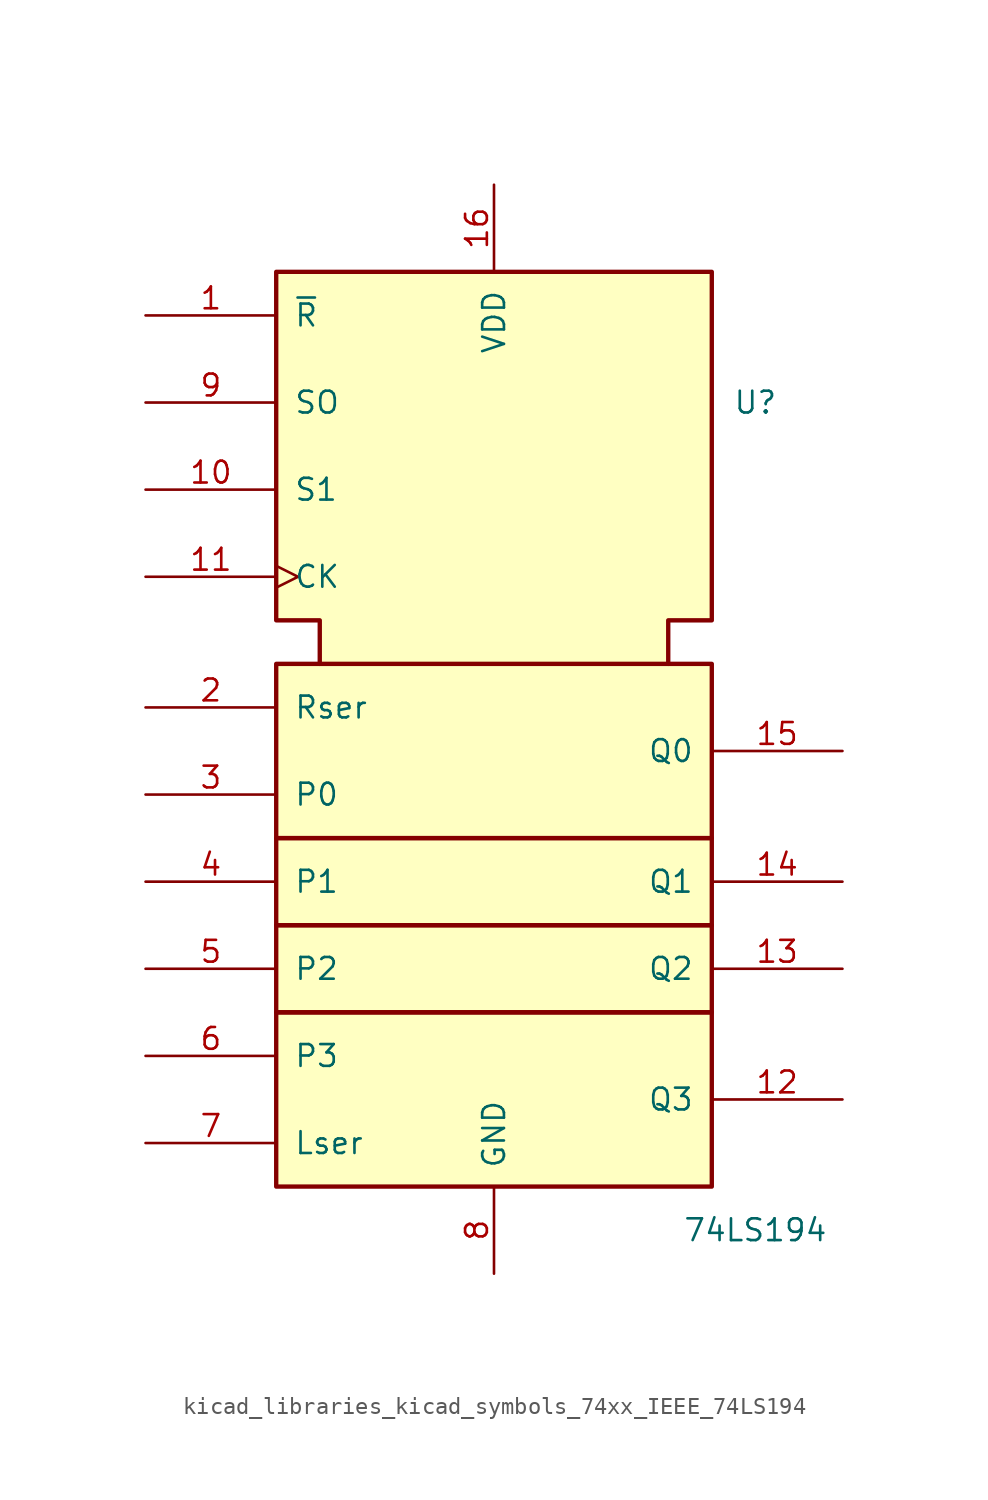
<source format=kicad_sym>
(kicad_symbol_lib
  (version 20220914)
  (generator kicad_symbol_editor)
  (symbol "kicad_libraries_kicad_symbols_74xx_IEEE_74LS194"
    (pin_names
      (offset 1.016))
    (property "Reference" "U"
      (at 15.24 17.78 0)
      (effects (font (size 1.27 1.27))))
    (property "Value" "74LS194"
      (at 15.24 -30.48 0)
      (effects (font (size 1.27 1.27))))
    (symbol "kicad_libraries_kicad_symbols_74xx_IEEE_74LS194_0_0"
      (rectangle (start -12.7 -17.78) (end 12.7 -27.94) (stroke (width 0.254) (type default)) (fill (type background)))
      (polyline (pts (xy -10.16 2.54) (xy -10.16 5.08) (xy -12.7 5.08) (xy -12.7 25.4) (xy 12.7 25.4) (xy 12.7 5.08) (xy 10.16 5.08) (xy 10.16 2.54) (xy 10.16 2.54)) (stroke (width 0.254) (type default)) (fill (type background)))
      (pin power_in line (at -20.32 -25.4 0) (length 7.62) (name "Lser" (effects (font (size 1.27 1.27)))) (number "7" (effects (font (size 1.27 1.27)))))
      (pin power_in line (at 0 -33.02 90) (length 5.08) (name "GND" (effects (font (size 1.27 1.27)))) (number "8" (effects (font (size 1.27 1.27))))))
    (symbol "kicad_libraries_kicad_symbols_74xx_IEEE_74LS194_0_1"
      (rectangle (start -12.7 -12.7) (end 12.7 -17.78) (stroke (width 0.254) (type default)) (fill (type background)))
      (rectangle (start -12.7 -7.62) (end 12.7 -12.7) (stroke (width 0.254) (type default)) (fill (type background)))
      (rectangle (start -12.7 2.54) (end 12.7 -7.62) (stroke (width 0.254) (type default)) (fill (type background)))
      (pin power_in line (at 0 30.48 270) (length 5.08) (name "VDD" (effects (font (size 1.27 1.27)))) (number "16" (effects (font (size 1.27 1.27))))))
    (symbol "kicad_libraries_kicad_symbols_74xx_IEEE_74LS194_1_1"
      (pin input line (at -20.32 22.86 0) (length 7.62) (name "~{R}" (effects (font (size 1.27 1.27)))) (number "1" (effects (font (size 1.27 1.27)))))
      (pin input line (at -20.32 12.7 0) (length 7.62) (name "S1" (effects (font (size 1.27 1.27)))) (number "10" (effects (font (size 1.27 1.27)))))
      (pin input clock (at -20.32 7.62 0) (length 7.62) (name "CK" (effects (font (size 1.27 1.27)))) (number "11" (effects (font (size 1.27 1.27)))))
      (pin output line (at 20.32 -22.86 180) (length 7.62) (name "Q3" (effects (font (size 1.27 1.27)))) (number "12" (effects (font (size 1.27 1.27)))))
      (pin output line (at 20.32 -15.24 180) (length 7.62) (name "Q2" (effects (font (size 1.27 1.27)))) (number "13" (effects (font (size 1.27 1.27)))))
      (pin output line (at 20.32 -10.16 180) (length 7.62) (name "Q1" (effects (font (size 1.27 1.27)))) (number "14" (effects (font (size 1.27 1.27)))))
      (pin output line (at 20.32 -2.54 180) (length 7.62) (name "Q0" (effects (font (size 1.27 1.27)))) (number "15" (effects (font (size 1.27 1.27)))))
      (pin input line (at -20.32 0 0) (length 7.62) (name "Rser" (effects (font (size 1.27 1.27)))) (number "2" (effects (font (size 1.27 1.27)))))
      (pin input line (at -20.32 -5.08 0) (length 7.62) (name "P0" (effects (font (size 1.27 1.27)))) (number "3" (effects (font (size 1.27 1.27)))))
      (pin input line (at -20.32 -10.16 0) (length 7.62) (name "P1" (effects (font (size 1.27 1.27)))) (number "4" (effects (font (size 1.27 1.27)))))
      (pin input line (at -20.32 -15.24 0) (length 7.62) (name "P2" (effects (font (size 1.27 1.27)))) (number "5" (effects (font (size 1.27 1.27)))))
      (pin input line (at -20.32 -20.32 0) (length 7.62) (name "P3" (effects (font (size 1.27 1.27)))) (number "6" (effects (font (size 1.27 1.27)))))
      (pin input line (at -20.32 17.78 0) (length 7.62) (name "SO" (effects (font (size 1.27 1.27)))) (number "9" (effects (font (size 1.27 1.27))))))))
</source>
